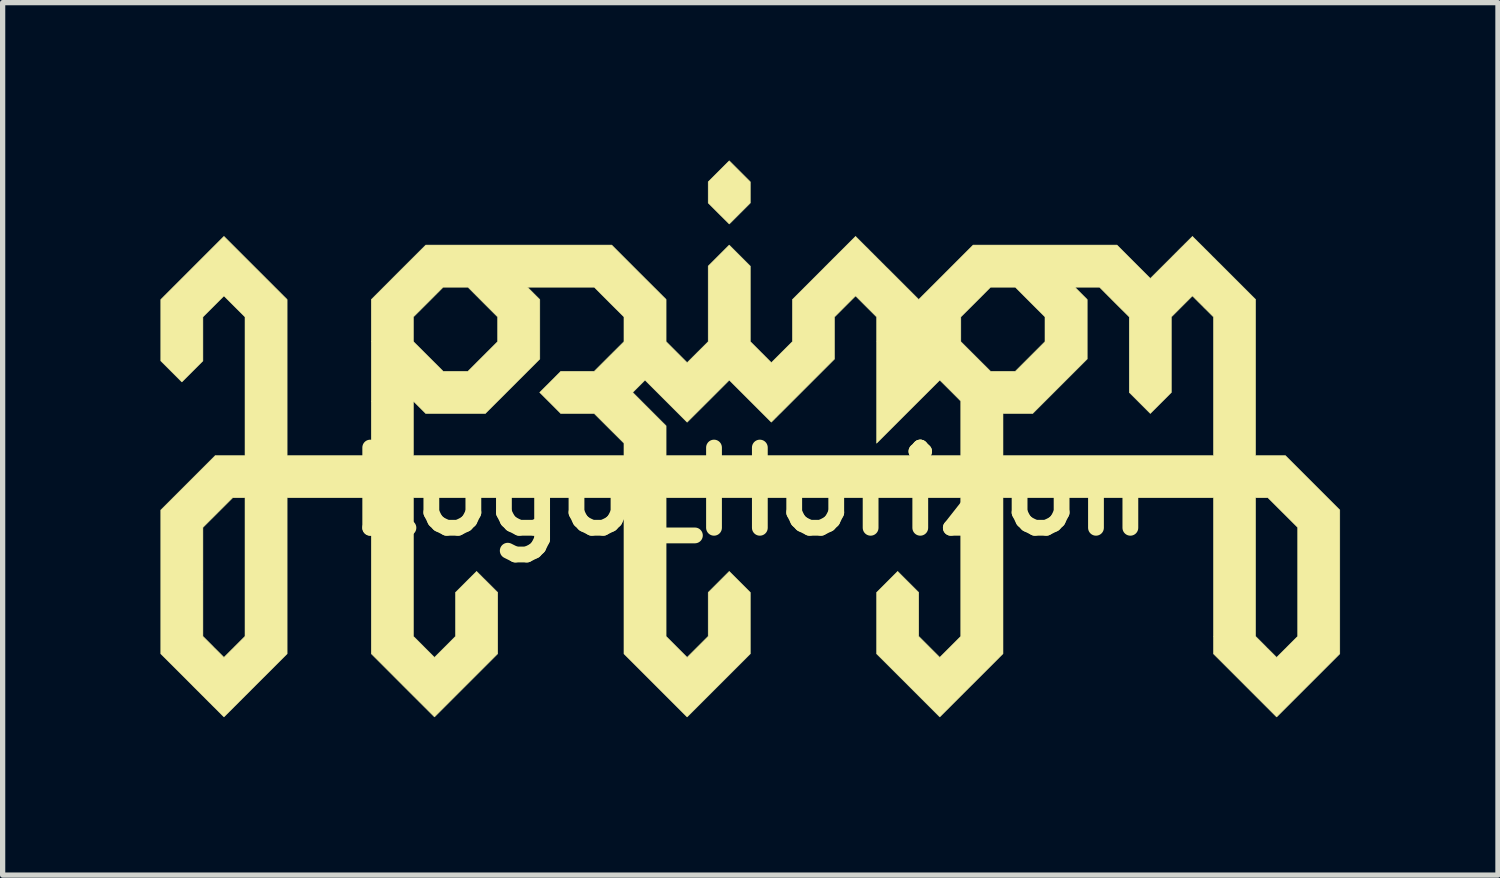
<source format=kicad_pcb>
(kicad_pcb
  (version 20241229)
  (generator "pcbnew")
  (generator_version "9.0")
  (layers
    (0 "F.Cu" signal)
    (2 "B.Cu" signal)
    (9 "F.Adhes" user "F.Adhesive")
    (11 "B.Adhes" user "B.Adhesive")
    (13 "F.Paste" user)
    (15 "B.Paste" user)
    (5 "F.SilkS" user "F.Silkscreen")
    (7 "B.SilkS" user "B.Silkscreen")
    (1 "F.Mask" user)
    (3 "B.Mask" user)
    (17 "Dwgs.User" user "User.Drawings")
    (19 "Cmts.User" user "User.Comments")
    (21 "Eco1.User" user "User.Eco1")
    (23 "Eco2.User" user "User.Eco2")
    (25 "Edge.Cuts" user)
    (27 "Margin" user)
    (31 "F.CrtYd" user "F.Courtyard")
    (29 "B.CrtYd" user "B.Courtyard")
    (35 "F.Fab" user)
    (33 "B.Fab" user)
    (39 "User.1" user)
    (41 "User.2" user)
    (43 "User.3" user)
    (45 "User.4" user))
  (footprint "Logo_Horizon"
    (layer "F.Cu")
    (at 11.205 5.288)
    (property "Reference" "Logo_Horizon" (at 0 1 0) (layer "F.SilkS") (effects (font (size 1.524 1.524) (thickness 0.3))))
    (attr through_hole)
    (fp_poly (pts (xy 0 -4.883) (xy 0 -4.481) (xy -0.2 -4.281) (xy -0.399 -4.082) (xy -0.6 -4.282) (xy -0.8 -4.482) (xy -0.8 -4.883) (xy -0.4 -5.283) (xy 0 -4.883)) (stroke (width 0.01) (type solid)) (fill yes) (layer "F.SilkS"))
    (fp_poly (pts (xy -9.4 -3.247) (xy -8.8 -2.647) (xy -8.8 0.318) (xy -7.201 0.318) (xy -7.201 -0.716) (xy -6.4 -0.716) (xy -6.4 0.318) (xy -2.4 0.318) (xy -2.4 0.083) (xy -2.683 -0.199) (xy -2.965 -0.481) (xy -3.282 -0.481) (xy -3.6 -0.481) (xy -3.8 -0.682) (xy -4.001 -0.882) (xy -4.001 -0.882) (xy -2.234 -0.882) (xy -1.917 -0.565) (xy -1.6 -0.248) (xy -1.6 0.318) (xy 3.999 0.318) (xy 3.999 -0.481) (xy 4.801 -0.481) (xy 4.801 0.318) (xy 8.8 0.318) (xy 8.8 -2.317) (xy 8.652 -2.465) (xy 8.634 -2.482) (xy 8.617 -2.499) (xy 8.6 -2.517) (xy 8.583 -2.534) (xy 8.566 -2.55) (xy 8.55 -2.567) (xy 8.534 -2.582) (xy 8.519 -2.597) (xy 8.505 -2.611) (xy 8.492 -2.624) (xy 8.48 -2.636) (xy 8.47 -2.646) (xy 8.461 -2.655) (xy 8.454 -2.662) (xy 8.452 -2.664) (xy 8.4 -2.716) (xy 8.2 -2.516) (xy 8 -2.316) (xy 8 -0.882) (xy 7.8 -0.682) (xy 7.6 -0.482) (xy 7.4 -0.682) (xy 7.2 -0.882) (xy 7.2 -2.317) (xy 6.917 -2.599) (xy 6.635 -2.882) (xy 6.401 -2.882) (xy 6.166 -2.882) (xy 6.284 -2.764) (xy 6.401 -2.647) (xy 6.401 -1.517) (xy 5.883 -0.999) (xy 5.365 -0.481) (xy 4.801 -0.481) (xy 3.999 -0.481) (xy 3.999 -0.717) (xy 3.8 -0.917) (xy 3.6 -1.116) (xy 3 -0.517) (xy 2.4 0.083) (xy 2.4 -2.316) (xy 2.399 -2.317) (xy 4 -2.317) (xy 4 -1.847) (xy 4.565 -1.283) (xy 5.035 -1.283) (xy 5.317 -1.565) (xy 5.599 -1.847) (xy 5.599 -2.317) (xy 5.317 -2.599) (xy 5.035 -2.882) (xy 4.8 -2.882) (xy 4.565 -2.882) (xy 4.283 -2.599) (xy 4 -2.317) (xy 2.399 -2.317) (xy 2.2 -2.516) (xy 2 -2.716) (xy 1.8 -2.516) (xy 1.6 -2.316) (xy 1.6 -1.517) (xy 1 -0.917) (xy 0.967 -0.884) (xy 0.935 -0.852) (xy 0.903 -0.82) (xy 0.872 -0.789) (xy 0.841 -0.758) (xy 0.811 -0.728) (xy 0.782 -0.699) (xy 0.753 -0.67) (xy 0.725 -0.642) (xy 0.698 -0.615) (xy 0.672 -0.589) (xy 0.647 -0.564) (xy 0.622 -0.539) (xy 0.599 -0.516) (xy 0.577 -0.494) (xy 0.555 -0.473) (xy 0.535 -0.453) (xy 0.516 -0.434) (xy 0.499 -0.416) (xy 0.482 -0.4) (xy 0.467 -0.385) (xy 0.454 -0.371) (xy 0.441 -0.359) (xy 0.431 -0.348) (xy 0.421 -0.339) (xy 0.414 -0.332) (xy 0.408 -0.326) (xy 0.403 -0.321) (xy 0.401 -0.318) (xy 0.4 -0.318) (xy 0.4 -0.318) (xy 0.399 -0.318) (xy 0.396 -0.321) (xy 0.392 -0.325) (xy 0.386 -0.331) (xy 0.378 -0.339) (xy 0.369 -0.348) (xy 0.358 -0.359) (xy 0.347 -0.37) (xy 0.333 -0.384) (xy 0.319 -0.398) (xy 0.303 -0.414) (xy 0.286 -0.431) (xy 0.268 -0.449) (xy 0.249 -0.468) (xy 0.229 -0.488) (xy 0.208 -0.509) (xy 0.186 -0.531) (xy 0.163 -0.554) (xy 0.14 -0.577) (xy 0.116 -0.601) (xy 0.091 -0.626) (xy 0.065 -0.652) (xy 0.039 -0.678) (xy 0.013 -0.704) (xy -0.000268 -0.717) (xy -0.399 -1.116) (xy -0.799 -0.716) (xy -1.2 -0.316) (xy -1.6 -0.716) (xy -2 -1.116) (xy -2.234 -0.882) (xy -4.001 -0.882) (xy -3.8 -1.082) (xy -3.6 -1.283) (xy -2.965 -1.283) (xy -2.683 -1.565) (xy -2.4 -1.847) (xy -2.4 -2.317) (xy -2.683 -2.599) (xy -2.965 -2.882) (xy -4.234 -2.882) (xy -4.116 -2.764) (xy -3.999 -2.647) (xy -3.999 -1.517) (xy -4.517 -0.999) (xy -5.035 -0.481) (xy -6.165 -0.481) (xy -6.4 -0.716) (xy -7.201 -0.716) (xy -7.201 -1.165) (xy -7.201 -2.317) (xy -6.4 -2.317) (xy -6.4 -1.847) (xy -5.835 -1.283) (xy -5.365 -1.283) (xy -5.083 -1.565) (xy -4.801 -1.847) (xy -4.801 -2.317) (xy -5.083 -2.599) (xy -5.365 -2.882) (xy -5.6 -2.882) (xy -5.835 -2.882) (xy -6.117 -2.599) (xy -6.4 -2.317) (xy -7.201 -2.317) (xy -7.201 -2.647) (xy -6.684 -3.165) (xy -6.166 -3.682) (xy -4.4 -3.682) (xy -2.633 -3.682) (xy -2.117 -3.165) (xy -1.6 -2.649) (xy -1.6 -2.249) (xy -1.6 -1.848) (xy -1.4 -1.648) (xy -1.2 -1.448) (xy -1 -1.648) (xy -0.8 -1.847) (xy -0.8 -2.565) (xy -0.8 -3.282) (xy -0.6 -3.482) (xy -0.4 -3.682) (xy -0.2 -3.482) (xy 0 -3.282) (xy 0 -1.848) (xy 0.2 -1.648) (xy 0.4 -1.448) (xy 0.6 -1.648) (xy 0.8 -1.848) (xy 0.8 -2.248) (xy 0.8 -2.647) (xy 1.4 -3.247) (xy 1.432 -3.28) (xy 1.465 -3.312) (xy 1.496 -3.344) (xy 1.528 -3.375) (xy 1.558 -3.406) (xy 1.588 -3.436) (xy 1.618 -3.465) (xy 1.647 -3.494) (xy 1.674 -3.522) (xy 1.702 -3.549) (xy 1.728 -3.575) (xy 1.753 -3.6) (xy 1.777 -3.624) (xy 1.801 -3.648) (xy 1.823 -3.67) (xy 1.844 -3.691) (xy 1.864 -3.711) (xy 1.883 -3.73) (xy 1.901 -3.748) (xy 1.917 -3.764) (xy 1.932 -3.779) (xy 1.946 -3.793) (xy 1.958 -3.805) (xy 1.969 -3.816) (xy 1.978 -3.825) (xy 1.986 -3.833) (xy 1.992 -3.839) (xy 1.996 -3.843) (xy 1.999 -3.846) (xy 2 -3.847) (xy 2 -3.847) (xy 2.001 -3.846) (xy 2.003 -3.843) (xy 2.008 -3.839) (xy 2.014 -3.833) (xy 2.021 -3.825) (xy 2.031 -3.816) (xy 2.041 -3.806) (xy 2.053 -3.794) (xy 2.067 -3.78) (xy 2.082 -3.765) (xy 2.098 -3.749) (xy 2.116 -3.731) (xy 2.135 -3.712) (xy 2.155 -3.692) (xy 2.176 -3.671) (xy 2.198 -3.649) (xy 2.222 -3.626) (xy 2.246 -3.602) (xy 2.271 -3.576) (xy 2.297 -3.55) (xy 2.325 -3.523) (xy 2.352 -3.495) (xy 2.381 -3.467) (xy 2.41 -3.437) (xy 2.44 -3.407) (xy 2.471 -3.377) (xy 2.502 -3.345) (xy 2.534 -3.314) (xy 2.566 -3.281) (xy 2.599 -3.248) (xy 2.6 -3.248) (xy 3.2 -2.648) (xy 3.717 -3.165) (xy 4.234 -3.682) (xy 5.6 -3.682) (xy 6.967 -3.682) (xy 7.283 -3.365) (xy 7.6 -3.048) (xy 8 -3.447) (xy 8.026 -3.474) (xy 8.053 -3.5) (xy 8.078 -3.526) (xy 8.104 -3.551) (xy 8.128 -3.576) (xy 8.152 -3.6) (xy 8.175 -3.623) (xy 8.197 -3.645) (xy 8.219 -3.666) (xy 8.24 -3.687) (xy 8.259 -3.707) (xy 8.278 -3.725) (xy 8.295 -3.742) (xy 8.312 -3.759) (xy 8.327 -3.774) (xy 8.341 -3.788) (xy 8.353 -3.8) (xy 8.365 -3.811) (xy 8.374 -3.821) (xy 8.383 -3.83) (xy 8.39 -3.836) (xy 8.395 -3.841) (xy 8.398 -3.845) (xy 8.4 -3.847) (xy 8.4 -3.847) (xy 8.401 -3.846) (xy 8.404 -3.843) (xy 8.408 -3.839) (xy 8.415 -3.833) (xy 8.422 -3.825) (xy 8.431 -3.816) (xy 8.442 -3.805) (xy 8.454 -3.793) (xy 8.468 -3.78) (xy 8.483 -3.765) (xy 8.499 -3.748) (xy 8.517 -3.731) (xy 8.536 -3.712) (xy 8.556 -3.692) (xy 8.577 -3.671) (xy 8.6 -3.649) (xy 8.623 -3.625) (xy 8.647 -3.601) (xy 8.673 -3.576) (xy 8.699 -3.55) (xy 8.726 -3.523) (xy 8.754 -3.495) (xy 8.782 -3.466) (xy 8.812 -3.437) (xy 8.842 -3.407) (xy 8.872 -3.376) (xy 8.904 -3.345) (xy 8.936 -3.313) (xy 8.968 -3.281) (xy 9.001 -3.248) (xy 9.001 -3.248) (xy 9.6 -2.649) (xy 9.6 -1.166) (xy 9.6 0.318) (xy 10.166 0.318) (xy 11.2 1.352) (xy 11.2 4.084) (xy 10.6 4.684) (xy 10 5.284) (xy 9.4 4.684) (xy 8.8 4.084) (xy 8.8 1.118) (xy 9.6 1.118) (xy 9.6 3.752) (xy 9.8 3.952) (xy 9.818 3.971) (xy 9.837 3.989) (xy 9.855 4.007) (xy 9.872 4.024) (xy 9.888 4.04) (xy 9.904 4.056) (xy 9.919 4.071) (xy 9.932 4.084) (xy 9.945 4.097) (xy 9.957 4.109) (xy 9.967 4.119) (xy 9.976 4.128) (xy 9.984 4.136) (xy 9.99 4.142) (xy 9.995 4.147) (xy 9.998 4.15) (xy 10 4.152) (xy 10 4.152) (xy 10.001 4.151) (xy 10.004 4.148) (xy 10.008 4.144) (xy 10.014 4.138) (xy 10.021 4.131) (xy 10.03 4.122) (xy 10.04 4.112) (xy 10.051 4.101) (xy 10.063 4.089) (xy 10.077 4.075) (xy 10.091 4.061) (xy 10.107 4.045) (xy 10.123 4.029) (xy 10.14 4.012) (xy 10.157 3.995) (xy 10.176 3.977) (xy 10.194 3.958) (xy 10.2 3.952) (xy 10.4 3.752) (xy 10.4 1.683) (xy 10.117 1.4) (xy 9.834 1.118) (xy 9.6 1.118) (xy 8.8 1.118) (xy 4.801 1.118) (xy 4.801 4.082) (xy 4.2 4.683) (xy 3.6 5.283) (xy 3 4.683) (xy 2.4 4.084) (xy 2.4 3.501) (xy 2.4 2.918) (xy 2.6 2.718) (xy 2.8 2.518) (xy 3 2.718) (xy 3.2 2.918) (xy 3.2 3.335) (xy 3.2 3.752) (xy 3.6 4.152) (xy 3.8 3.952) (xy 3.999 3.752) (xy 3.999 1.118) (xy -1.6 1.118) (xy -1.6 2.435) (xy -1.6 3.752) (xy -1.2 4.152) (xy -1 3.952) (xy -0.8 3.752) (xy -0.8 3.335) (xy -0.8 2.918) (xy -0.6 2.718) (xy -0.4 2.518) (xy -0.2 2.718) (xy 0 2.918) (xy 0 4.084) (xy -0.6 4.684) (xy -1.2 5.284) (xy -1.8 4.684) (xy -2.4 4.084) (xy -2.4 1.118) (xy -6.4 1.118) (xy -6.4 3.752) (xy -6 4.152) (xy -5.8 3.952) (xy -5.601 3.752) (xy -5.601 2.918) (xy -5.401 2.718) (xy -5.382 2.699) (xy -5.364 2.681) (xy -5.346 2.663) (xy -5.329 2.646) (xy -5.312 2.63) (xy -5.297 2.614) (xy -5.282 2.599) (xy -5.268 2.586) (xy -5.255 2.573) (xy -5.244 2.561) (xy -5.233 2.551) (xy -5.224 2.542) (xy -5.216 2.534) (xy -5.21 2.528) (xy -5.205 2.523) (xy -5.202 2.52) (xy -5.2 2.519) (xy -5.2 2.518) (xy -5.199 2.519) (xy -5.196 2.522) (xy -5.192 2.526) (xy -5.186 2.532) (xy -5.179 2.539) (xy -5.17 2.548) (xy -5.16 2.558) (xy -5.149 2.569) (xy -5.136 2.581) (xy -5.123 2.595) (xy -5.108 2.609) (xy -5.093 2.625) (xy -5.077 2.641) (xy -5.06 2.658) (xy -5.042 2.675) (xy -5.024 2.693) (xy -5.005 2.712) (xy -4.999 2.718) (xy -4.799 2.918) (xy -4.799 4.082) (xy -5.4 4.683) (xy -6 5.283) (xy -6.601 4.683) (xy -7.201 4.082) (xy -7.201 1.118) (xy -8.8 1.118) (xy -8.8 4.084) (xy -9.4 4.683) (xy -9.432 4.716) (xy -9.465 4.748) (xy -9.496 4.78) (xy -9.528 4.812) (xy -9.558 4.842) (xy -9.589 4.872) (xy -9.618 4.902) (xy -9.647 4.93) (xy -9.674 4.958) (xy -9.702 4.985) (xy -9.728 5.012) (xy -9.753 5.037) (xy -9.777 5.061) (xy -9.801 5.084) (xy -9.823 5.107) (xy -9.844 5.128) (xy -9.864 5.148) (xy -9.883 5.167) (xy -9.901 5.184) (xy -9.917 5.201) (xy -9.932 5.216) (xy -9.946 5.229) (xy -9.958 5.242) (xy -9.969 5.252) (xy -9.978 5.262) (xy -9.986 5.269) (xy -9.992 5.275) (xy -9.996 5.28) (xy -9.999 5.282) (xy -10 5.283) (xy -10 5.283) (xy -10.001 5.282) (xy -10.004 5.28) (xy -10.008 5.275) (xy -10.014 5.269) (xy -10.022 5.262) (xy -10.031 5.253) (xy -10.042 5.242) (xy -10.054 5.23) (xy -10.067 5.216) (xy -10.082 5.201) (xy -10.099 5.185) (xy -10.116 5.167) (xy -10.135 5.148) (xy -10.155 5.128) (xy -10.176 5.107) (xy -10.199 5.085) (xy -10.222 5.062) (xy -10.246 5.037) (xy -10.272 5.012) (xy -10.298 4.986) (xy -10.325 4.959) (xy -10.353 4.931) (xy -10.381 4.902) (xy -10.411 4.873) (xy -10.441 4.843) (xy -10.471 4.812) (xy -10.503 4.781) (xy -10.535 4.749) (xy -10.567 4.717) (xy -10.6 4.684) (xy -10.6 4.683) (xy -11.2 4.084) (xy -11.2 1.683) (xy -10.4 1.683) (xy -10.4 2.718) (xy -10.4 3.752) (xy -10.2 3.952) (xy -10.182 3.971) (xy -10.163 3.989) (xy -10.145 4.007) (xy -10.128 4.024) (xy -10.112 4.04) (xy -10.096 4.056) (xy -10.081 4.071) (xy -10.068 4.084) (xy -10.055 4.097) (xy -10.043 4.109) (xy -10.033 4.119) (xy -10.024 4.128) (xy -10.016 4.136) (xy -10.01 4.142) (xy -10.005 4.147) (xy -10.002 4.15) (xy -10 4.152) (xy -10 4.152) (xy -9.999 4.151) (xy -9.996 4.148) (xy -9.992 4.144) (xy -9.986 4.138) (xy -9.979 4.131) (xy -9.97 4.122) (xy -9.96 4.112) (xy -9.949 4.101) (xy -9.937 4.089) (xy -9.923 4.075) (xy -9.909 4.061) (xy -9.893 4.045) (xy -9.877 4.029) (xy -9.86 4.012) (xy -9.843 3.995) (xy -9.824 3.977) (xy -9.806 3.958) (xy -9.8 3.952) (xy -9.6 3.752) (xy -9.6 1.118) (xy -9.834 1.118) (xy -10.4 1.683) (xy -11.2 1.683) (xy -11.2 1.352) (xy -10.683 0.835) (xy -10.166 0.318) (xy -9.6 0.318) (xy -9.6 -2.316) (xy -9.8 -2.516) (xy -10 -2.716) (xy -10.2 -2.516) (xy -10.4 -2.316) (xy -10.4 -1.481) (xy -10.6 -1.281) (xy -10.8 -1.081) (xy -11 -1.281) (xy -11.2 -1.481) (xy -11.2 -2.647) (xy -10.6 -3.247) (xy -10 -3.847) (xy -9.4 -3.247)) (stroke (width 0.01) (type solid)) (fill yes) (layer "F.SilkS")))
  (gr_rect
    (start -3 -3)
    (end 25.41 13.576)
    (stroke (width 0.1) (type default))
    (fill no)
    (layer "Edge.Cuts")))
</source>
